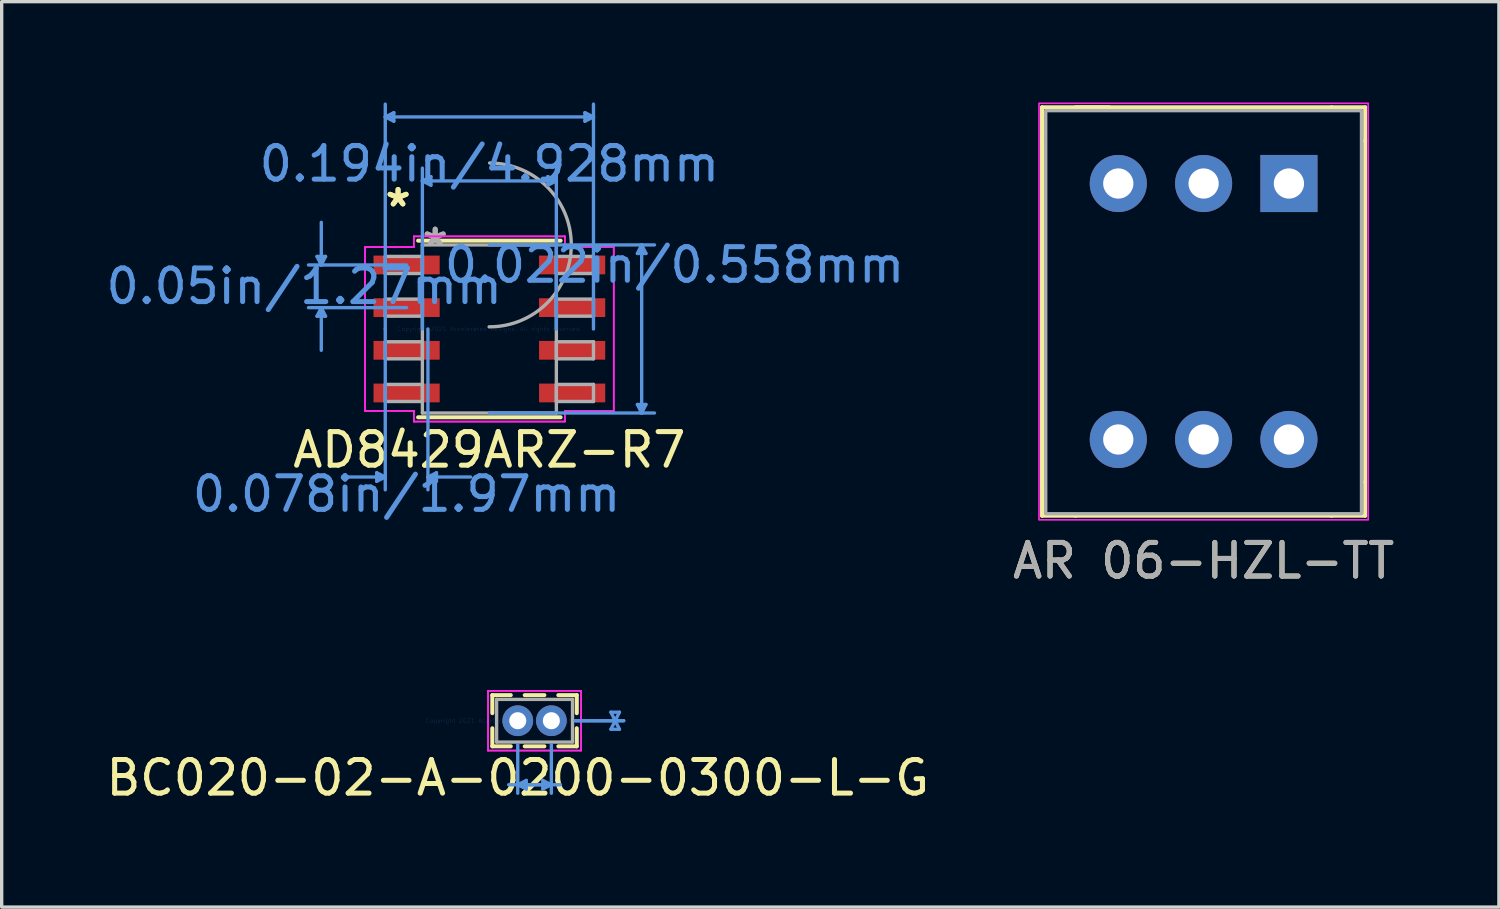
<source format=kicad_pcb>
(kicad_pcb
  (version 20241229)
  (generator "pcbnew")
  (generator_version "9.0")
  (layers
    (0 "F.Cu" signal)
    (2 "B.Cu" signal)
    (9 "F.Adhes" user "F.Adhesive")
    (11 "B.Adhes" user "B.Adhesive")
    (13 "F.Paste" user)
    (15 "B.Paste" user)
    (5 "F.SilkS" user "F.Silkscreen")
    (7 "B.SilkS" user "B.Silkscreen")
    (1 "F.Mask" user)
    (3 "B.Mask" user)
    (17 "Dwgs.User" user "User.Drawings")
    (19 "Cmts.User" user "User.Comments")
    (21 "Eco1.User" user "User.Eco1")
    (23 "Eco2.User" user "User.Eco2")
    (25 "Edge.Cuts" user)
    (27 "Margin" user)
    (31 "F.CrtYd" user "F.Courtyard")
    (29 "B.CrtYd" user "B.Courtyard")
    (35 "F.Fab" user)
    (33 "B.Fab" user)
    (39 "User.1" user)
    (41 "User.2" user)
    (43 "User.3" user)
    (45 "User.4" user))
  (footprint "AR 06-HZL-TT"
    (layer "F.Cu")
    (at 32.78 6.223)
    (property "Reference" "AR 06-HZL-TT" (at 0 7.42 0) (unlocked yes) (layer "F.SilkS") (effects (font (size 1 1) (thickness 0.15))))
    (attr through_hole)
    (fp_line (start -4.81 -6.08) (end -2.81 -6.08) (stroke (width 0.12) (type solid)) (layer "F.SilkS"))
    (fp_line (start -4.81 -5.08) (end -4.81 -6.08) (stroke (width 0.12) (type solid)) (layer "F.SilkS"))
    (fp_line (start -4.81 5.08) (end -4.81 -5.08) (stroke (width 0.12) (type solid)) (layer "F.SilkS"))
    (fp_line (start -4.81 6.08) (end -4.81 5.08) (stroke (width 0.12) (type solid)) (layer "F.SilkS"))
    (fp_line (start -3.81 -6.08) (end 3.81 -6.08) (stroke (width 0.12) (type solid)) (layer "F.SilkS"))
    (fp_line (start -3.81 6.08) (end -4.81 6.08) (stroke (width 0.12) (type solid)) (layer "F.SilkS"))
    (fp_line (start 3.81 -6.08) (end 4.81 -6.08) (stroke (width 0.12) (type solid)) (layer "F.SilkS"))
    (fp_line (start 3.81 6.08) (end -3.81 6.08) (stroke (width 0.12) (type solid)) (layer "F.SilkS"))
    (fp_line (start 4.81 -6.08) (end 4.81 -5.08) (stroke (width 0.12) (type solid)) (layer "F.SilkS"))
    (fp_line (start 4.81 -5.08) (end 4.81 5.08) (stroke (width 0.12) (type solid)) (layer "F.SilkS"))
    (fp_line (start 4.81 5.08) (end 4.81 6.08) (stroke (width 0.12) (type solid)) (layer "F.SilkS"))
    (fp_line (start 4.81 6.08) (end 3.81 6.08) (stroke (width 0.12) (type solid)) (layer "F.SilkS"))
    (fp_rect (start -4.9 -6.198) (end 4.9 6.202) (stroke (width 0.05) (type solid)) (fill no) (layer "F.CrtYd"))
    (fp_rect (start -4.7 -5.98) (end 4.7 6.02) (stroke (width 0.1) (type solid)) (fill no) (layer "F.Fab"))
    (fp_text user "${REFERENCE}" (at 0 7.42 0) (unlocked yes) (layer "F.Fab") (effects (font (size 1 1) (thickness 0.15))))
    (pad "1" thru_hole rect (at 2.54 -3.81) (size 1.7 1.7) (drill 0.9) (layers "*.Cu" "*.Mask"))
    (pad "2" thru_hole circle (at 0 -3.81) (size 1.7 1.7) (drill 0.9) (layers "*.Cu" "*.Mask"))
    (pad "3" thru_hole circle (at -2.54 -3.81) (size 1.7 1.7) (drill 0.9) (layers "*.Cu" "*.Mask"))
    (pad "4" thru_hole circle (at -2.54 3.81) (size 1.7 1.7) (drill 0.9) (layers "*.Cu" "*.Mask"))
    (pad "5" thru_hole circle (at 0 3.81) (size 1.7 1.7) (drill 0.9) (layers "*.Cu" "*.Mask"))
    (pad "6" thru_hole circle (at 2.54 3.81) (size 1.7 1.7) (drill 0.9) (layers "*.Cu" "*.Mask")))
  (footprint "AD8429ARZ-R7"
    (layer "F.Cu")
    (at 11.518 6.743)
    (property "Reference" "AD8429ARZ-R7" (at 0 3.6 0) (layer "F.SilkS") (effects (font (size 1 1) (thickness 0.15))))
    (attr through_hole)
    (fp_line (start -2.121 2.629) (end 2.121 2.629) (stroke (width 0.12) (type solid)) (layer "F.SilkS"))
    (fp_line (start 2.121 -2.629) (end -2.121 -2.629) (stroke (width 0.12) (type solid)) (layer "F.SilkS"))
    (fp_line (start -5.131 -2.159) (end -4.877 -2.159) (stroke (width 0.1) (type solid)) (layer "Cmts.User"))
    (fp_line (start -5.131 -0.381) (end -4.877 -0.381) (stroke (width 0.1) (type solid)) (layer "Cmts.User"))
    (fp_line (start -5.004 -1.905) (end -5.131 -2.159) (stroke (width 0.1) (type solid)) (layer "Cmts.User"))
    (fp_line (start -5.004 -1.905) (end -5.004 -3.175) (stroke (width 0.1) (type solid)) (layer "Cmts.User"))
    (fp_line (start -5.004 -1.905) (end -4.877 -2.159) (stroke (width 0.1) (type solid)) (layer "Cmts.User"))
    (fp_line (start -5.004 -0.635) (end -5.131 -0.381) (stroke (width 0.1) (type solid)) (layer "Cmts.User"))
    (fp_line (start -5.004 -0.635) (end -5.004 0.635) (stroke (width 0.1) (type solid)) (layer "Cmts.User"))
    (fp_line (start -5.004 -0.635) (end -4.877 -0.381) (stroke (width 0.1) (type solid)) (layer "Cmts.User"))
    (fp_line (start -3.353 4.28) (end -3.353 4.534) (stroke (width 0.1) (type solid)) (layer "Cmts.User"))
    (fp_line (start -3.099 -6.312) (end -2.845 -6.439) (stroke (width 0.1) (type solid)) (layer "Cmts.User"))
    (fp_line (start -3.099 -6.312) (end -2.845 -6.185) (stroke (width 0.1) (type solid)) (layer "Cmts.User"))
    (fp_line (start -3.099 -6.312) (end 3.099 -6.312) (stroke (width 0.1) (type solid)) (layer "Cmts.User"))
    (fp_line (start -3.099 0) (end -3.099 -6.693) (stroke (width 0.1) (type solid)) (layer "Cmts.User"))
    (fp_line (start -3.099 0) (end -3.099 4.788) (stroke (width 0.1) (type solid)) (layer "Cmts.User"))
    (fp_line (start -3.099 4.407) (end -4.369 4.407) (stroke (width 0.1) (type solid)) (layer "Cmts.User"))
    (fp_line (start -3.099 4.407) (end -3.353 4.28) (stroke (width 0.1) (type solid)) (layer "Cmts.User"))
    (fp_line (start -3.099 4.407) (end -3.353 4.534) (stroke (width 0.1) (type solid)) (layer "Cmts.User"))
    (fp_line (start -2.845 -6.439) (end -2.845 -6.185) (stroke (width 0.1) (type solid)) (layer "Cmts.User"))
    (fp_line (start -2.464 -1.905) (end -5.385 -1.905) (stroke (width 0.1) (type solid)) (layer "Cmts.User"))
    (fp_line (start -2.464 -0.635) (end -5.385 -0.635) (stroke (width 0.1) (type solid)) (layer "Cmts.User"))
    (fp_line (start -1.994 -4.407) (end -1.74 -4.534) (stroke (width 0.1) (type solid)) (layer "Cmts.User"))
    (fp_line (start -1.994 -4.407) (end -1.74 -4.28) (stroke (width 0.1) (type solid)) (layer "Cmts.User"))
    (fp_line (start -1.994 -4.407) (end 1.994 -4.407) (stroke (width 0.1) (type solid)) (layer "Cmts.User"))
    (fp_line (start -1.994 0) (end -1.994 -4.788) (stroke (width 0.1) (type solid)) (layer "Cmts.User"))
    (fp_line (start -1.829 0) (end -1.829 4.788) (stroke (width 0.1) (type solid)) (layer "Cmts.User"))
    (fp_line (start -1.829 4.407) (end -1.575 4.28) (stroke (width 0.1) (type solid)) (layer "Cmts.User"))
    (fp_line (start -1.829 4.407) (end -1.575 4.534) (stroke (width 0.1) (type solid)) (layer "Cmts.User"))
    (fp_line (start -1.829 4.407) (end -0.559 4.407) (stroke (width 0.1) (type solid)) (layer "Cmts.User"))
    (fp_line (start -1.74 -4.534) (end -1.74 -4.28) (stroke (width 0.1) (type solid)) (layer "Cmts.User"))
    (fp_line (start -1.575 4.28) (end -1.575 4.534) (stroke (width 0.1) (type solid)) (layer "Cmts.User"))
    (fp_line (start 0 -2.502) (end 4.915 -2.502) (stroke (width 0.1) (type solid)) (layer "Cmts.User"))
    (fp_line (start 0 2.502) (end 4.915 2.502) (stroke (width 0.1) (type solid)) (layer "Cmts.User"))
    (fp_line (start 1.74 -4.534) (end 1.74 -4.28) (stroke (width 0.1) (type solid)) (layer "Cmts.User"))
    (fp_line (start 1.994 -4.407) (end 1.74 -4.534) (stroke (width 0.1) (type solid)) (layer "Cmts.User"))
    (fp_line (start 1.994 -4.407) (end 1.74 -4.28) (stroke (width 0.1) (type solid)) (layer "Cmts.User"))
    (fp_line (start 1.994 0) (end 1.994 -4.788) (stroke (width 0.1) (type solid)) (layer "Cmts.User"))
    (fp_line (start 2.845 -6.439) (end 2.845 -6.185) (stroke (width 0.1) (type solid)) (layer "Cmts.User"))
    (fp_line (start 3.099 -6.312) (end 2.845 -6.439) (stroke (width 0.1) (type solid)) (layer "Cmts.User"))
    (fp_line (start 3.099 -6.312) (end 2.845 -6.185) (stroke (width 0.1) (type solid)) (layer "Cmts.User"))
    (fp_line (start 3.099 0) (end 3.099 -6.693) (stroke (width 0.1) (type solid)) (layer "Cmts.User"))
    (fp_line (start 4.407 -2.248) (end 4.661 -2.248) (stroke (width 0.1) (type solid)) (layer "Cmts.User"))
    (fp_line (start 4.407 2.248) (end 4.661 2.248) (stroke (width 0.1) (type solid)) (layer "Cmts.User"))
    (fp_line (start 4.534 -2.502) (end 4.407 -2.248) (stroke (width 0.1) (type solid)) (layer "Cmts.User"))
    (fp_line (start 4.534 -2.502) (end 4.534 2.502) (stroke (width 0.1) (type solid)) (layer "Cmts.User"))
    (fp_line (start 4.534 -2.502) (end 4.661 -2.248) (stroke (width 0.1) (type solid)) (layer "Cmts.User"))
    (fp_line (start 4.534 2.502) (end 4.407 2.248) (stroke (width 0.1) (type solid)) (layer "Cmts.User"))
    (fp_line (start 4.534 2.502) (end 4.661 2.248) (stroke (width 0.1) (type solid)) (layer "Cmts.User"))
    (fp_line (start -3.703 -2.438) (end -2.248 -2.438) (stroke (width 0.05) (type solid)) (layer "F.CrtYd"))
    (fp_line (start -3.703 -2.438) (end -2.248 -2.438) (stroke (width 0.05) (type solid)) (layer "F.CrtYd"))
    (fp_line (start -3.703 2.438) (end -3.703 -2.438) (stroke (width 0.05) (type solid)) (layer "F.CrtYd"))
    (fp_line (start -3.703 2.438) (end -3.703 -2.438) (stroke (width 0.05) (type solid)) (layer "F.CrtYd"))
    (fp_line (start -3.703 2.438) (end -2.248 2.438) (stroke (width 0.05) (type solid)) (layer "F.CrtYd"))
    (fp_line (start -2.248 -2.756) (end 2.248 -2.756) (stroke (width 0.05) (type solid)) (layer "F.CrtYd"))
    (fp_line (start -2.248 -2.756) (end 2.248 -2.756) (stroke (width 0.05) (type solid)) (layer "F.CrtYd"))
    (fp_line (start -2.248 -2.438) (end -2.248 -2.756) (stroke (width 0.05) (type solid)) (layer "F.CrtYd"))
    (fp_line (start -2.248 -2.438) (end -2.248 -2.756) (stroke (width 0.05) (type solid)) (layer "F.CrtYd"))
    (fp_line (start -2.248 2.438) (end -3.703 2.438) (stroke (width 0.05) (type solid)) (layer "F.CrtYd"))
    (fp_line (start -2.248 2.756) (end -2.248 2.438) (stroke (width 0.05) (type solid)) (layer "F.CrtYd"))
    (fp_line (start -2.248 2.756) (end -2.248 2.438) (stroke (width 0.05) (type solid)) (layer "F.CrtYd"))
    (fp_line (start 2.248 -2.756) (end 2.248 -2.438) (stroke (width 0.05) (type solid)) (layer "F.CrtYd"))
    (fp_line (start 2.248 -2.756) (end 2.248 -2.438) (stroke (width 0.05) (type solid)) (layer "F.CrtYd"))
    (fp_line (start 2.248 -2.438) (end 3.703 -2.438) (stroke (width 0.05) (type solid)) (layer "F.CrtYd"))
    (fp_line (start 2.248 2.438) (end 2.248 2.756) (stroke (width 0.05) (type solid)) (layer "F.CrtYd"))
    (fp_line (start 2.248 2.438) (end 2.248 2.756) (stroke (width 0.05) (type solid)) (layer "F.CrtYd"))
    (fp_line (start 2.248 2.756) (end -2.248 2.756) (stroke (width 0.05) (type solid)) (layer "F.CrtYd"))
    (fp_line (start 2.248 2.756) (end -2.248 2.756) (stroke (width 0.05) (type solid)) (layer "F.CrtYd"))
    (fp_line (start 3.703 -2.438) (end 2.248 -2.438) (stroke (width 0.05) (type solid)) (layer "F.CrtYd"))
    (fp_line (start 3.703 -2.438) (end 3.703 2.438) (stroke (width 0.05) (type solid)) (layer "F.CrtYd"))
    (fp_line (start 3.703 -2.438) (end 3.703 2.438) (stroke (width 0.05) (type solid)) (layer "F.CrtYd"))
    (fp_line (start 3.703 2.438) (end 2.248 2.438) (stroke (width 0.05) (type solid)) (layer "F.CrtYd"))
    (fp_line (start 3.703 2.438) (end 2.248 2.438) (stroke (width 0.05) (type solid)) (layer "F.CrtYd"))
    (fp_line (start -3.099 -2.159) (end -3.099 -1.651) (stroke (width 0.1) (type solid)) (layer "F.Fab"))
    (fp_line (start -3.099 -1.651) (end -1.994 -1.651) (stroke (width 0.1) (type solid)) (layer "F.Fab"))
    (fp_line (start -3.099 -0.889) (end -3.099 -0.381) (stroke (width 0.1) (type solid)) (layer "F.Fab"))
    (fp_line (start -3.099 -0.381) (end -1.994 -0.381) (stroke (width 0.1) (type solid)) (layer "F.Fab"))
    (fp_line (start -3.099 0.381) (end -3.099 0.889) (stroke (width 0.1) (type solid)) (layer "F.Fab"))
    (fp_line (start -3.099 0.889) (end -1.994 0.889) (stroke (width 0.1) (type solid)) (layer "F.Fab"))
    (fp_line (start -3.099 1.651) (end -3.099 2.159) (stroke (width 0.1) (type solid)) (layer "F.Fab"))
    (fp_line (start -3.099 2.159) (end -1.994 2.159) (stroke (width 0.1) (type solid)) (layer "F.Fab"))
    (fp_line (start -1.994 -2.502) (end -1.994 2.502) (stroke (width 0.1) (type solid)) (layer "F.Fab"))
    (fp_line (start -1.994 -2.159) (end -3.099 -2.159) (stroke (width 0.1) (type solid)) (layer "F.Fab"))
    (fp_line (start -1.994 -1.651) (end -1.994 -2.159) (stroke (width 0.1) (type solid)) (layer "F.Fab"))
    (fp_line (start -1.994 -0.889) (end -3.099 -0.889) (stroke (width 0.1) (type solid)) (layer "F.Fab"))
    (fp_line (start -1.994 -0.381) (end -1.994 -0.889) (stroke (width 0.1) (type solid)) (layer "F.Fab"))
    (fp_line (start -1.994 0.381) (end -3.099 0.381) (stroke (width 0.1) (type solid)) (layer "F.Fab"))
    (fp_line (start -1.994 0.889) (end -1.994 0.381) (stroke (width 0.1) (type solid)) (layer "F.Fab"))
    (fp_line (start -1.994 1.651) (end -3.099 1.651) (stroke (width 0.1) (type solid)) (layer "F.Fab"))
    (fp_line (start -1.994 2.159) (end -1.994 1.651) (stroke (width 0.1) (type solid)) (layer "F.Fab"))
    (fp_line (start -1.994 2.502) (end 1.994 2.502) (stroke (width 0.1) (type solid)) (layer "F.Fab"))
    (fp_line (start 1.994 -2.502) (end -1.994 -2.502) (stroke (width 0.1) (type solid)) (layer "F.Fab"))
    (fp_line (start 1.994 -2.159) (end 1.994 -1.651) (stroke (width 0.1) (type solid)) (layer "F.Fab"))
    (fp_line (start 1.994 -1.651) (end 3.099 -1.651) (stroke (width 0.1) (type solid)) (layer "F.Fab"))
    (fp_line (start 1.994 -0.889) (end 1.994 -0.381) (stroke (width 0.1) (type solid)) (layer "F.Fab"))
    (fp_line (start 1.994 -0.381) (end 3.099 -0.381) (stroke (width 0.1) (type solid)) (layer "F.Fab"))
    (fp_line (start 1.994 0.381) (end 1.994 0.889) (stroke (width 0.1) (type solid)) (layer "F.Fab"))
    (fp_line (start 1.994 0.889) (end 3.099 0.889) (stroke (width 0.1) (type solid)) (layer "F.Fab"))
    (fp_line (start 1.994 1.651) (end 1.994 2.159) (stroke (width 0.1) (type solid)) (layer "F.Fab"))
    (fp_line (start 1.994 2.159) (end 3.099 2.159) (stroke (width 0.1) (type solid)) (layer "F.Fab"))
    (fp_line (start 1.994 2.502) (end 1.994 -2.502) (stroke (width 0.1) (type solid)) (layer "F.Fab"))
    (fp_line (start 3.099 -2.159) (end 1.994 -2.159) (stroke (width 0.1) (type solid)) (layer "F.Fab"))
    (fp_line (start 3.099 -1.651) (end 3.099 -2.159) (stroke (width 0.1) (type solid)) (layer "F.Fab"))
    (fp_line (start 3.099 -0.889) (end 1.994 -0.889) (stroke (width 0.1) (type solid)) (layer "F.Fab"))
    (fp_line (start 3.099 -0.381) (end 3.099 -0.889) (stroke (width 0.1) (type solid)) (layer "F.Fab"))
    (fp_line (start 3.099 0.381) (end 1.994 0.381) (stroke (width 0.1) (type solid)) (layer "F.Fab"))
    (fp_line (start 3.099 0.889) (end 3.099 0.381) (stroke (width 0.1) (type solid)) (layer "F.Fab"))
    (fp_line (start 3.099 1.651) (end 1.994 1.651) (stroke (width 0.1) (type solid)) (layer "F.Fab"))
    (fp_line (start 3.099 2.159) (end 3.099 1.651) (stroke (width 0.1) (type solid)) (layer "F.Fab"))
    (fp_arc (start 0.007742 -4.940252) (mid 2.438352 -2.494158) (end -0.007742 -0.063548) (stroke (width 0.1) (type solid)) (layer "F.Fab"))
    (fp_text user "*" (at -2.718 -3.606 0) (layer "F.SilkS") (effects (font (size 1 1) (thickness 0.15))))
    (fp_text user "*" (at -2.718 -3.606 0) (layer "F.SilkS") (effects (font (size 1 1) (thickness 0.15))))
    (fp_text user "Copyright 2021 Accelerated Designs. All rights reserved." (at 0 0 0) (layer "Cmts.User") (effects (font (size 0.127 0.127) (thickness 0.002))))
    (fp_text user "0.022in/0.558mm" (at 5.512 -1.905 0) (layer "Cmts.User") (effects (font (size 1 1) (thickness 0.15))))
    (fp_text user "0.194in/4.928mm" (at 0 -4.915 0) (layer "Cmts.User") (effects (font (size 1 1) (thickness 0.15))))
    (fp_text user "0.078in/1.97mm" (at -2.464 4.915 0) (layer "Cmts.User") (effects (font (size 1 1) (thickness 0.15))))
    (fp_text user "0.05in/1.27mm" (at -5.512 -1.27 0) (layer "Cmts.User") (effects (font (size 1 1) (thickness 0.15))))
    (fp_text user "*" (at -1.613 -2.426 0) (layer "F.Fab") (effects (font (size 1 1) (thickness 0.15))))
    (fp_text user "*" (at -1.613 -2.426 0) (layer "F.Fab") (effects (font (size 1 1) (thickness 0.15))))
    (pad "1" smd rect (at -2.464 -1.905) (size 1.97 0.558) (layers "F.Cu" "F.Mask" "F.Paste"))
    (pad "2" smd rect (at -2.464 -0.635) (size 1.97 0.558) (layers "F.Cu" "F.Mask" "F.Paste"))
    (pad "3" smd rect (at -2.464 0.635) (size 1.97 0.558) (layers "F.Cu" "F.Mask" "F.Paste"))
    (pad "4" smd rect (at -2.464 1.905) (size 1.97 0.558) (layers "F.Cu" "F.Mask" "F.Paste"))
    (pad "5" smd rect (at 2.464 1.905) (size 1.97 0.558) (layers "F.Cu" "F.Mask" "F.Paste"))
    (pad "6" smd rect (at 2.464 0.635) (size 1.97 0.558) (layers "F.Cu" "F.Mask" "F.Paste"))
    (pad "7" smd rect (at 2.464 -0.635) (size 1.97 0.558) (layers "F.Cu" "F.Mask" "F.Paste"))
    (pad "8" smd rect (at 2.464 -1.905) (size 1.97 0.558) (layers "F.Cu" "F.Mask" "F.Paste")))
  (footprint "BC020-02-A-0200-0300-L-G"
    (layer "F.Cu")
    (at 12.363 18.405)
    (property "Reference" "BC020-02-A-0200-0300-L-G" (at 0 1.7 0) (layer "F.SilkS") (effects (font (size 1 1) (thickness 0.15))))
    (attr through_hole)
    (fp_line (start -0.757 -0.762) (end -0.757 -0.225) (stroke (width 0.12) (type solid)) (layer "F.SilkS"))
    (fp_line (start -0.757 0.225) (end -0.757 0.762) (stroke (width 0.12) (type solid)) (layer "F.SilkS"))
    (fp_line (start -0.757 0.762) (end -0.208 0.762) (stroke (width 0.12) (type solid)) (layer "F.SilkS"))
    (fp_line (start -0.208 -0.762) (end -0.757 -0.762) (stroke (width 0.12) (type solid)) (layer "F.SilkS"))
    (fp_line (start 0.208 0.762) (end 0.792 0.762) (stroke (width 0.12) (type solid)) (layer "F.SilkS"))
    (fp_line (start 0.792 -0.762) (end 0.208 -0.762) (stroke (width 0.12) (type solid)) (layer "F.SilkS"))
    (fp_line (start 1.208 0.762) (end 1.757 0.762) (stroke (width 0.12) (type solid)) (layer "F.SilkS"))
    (fp_line (start 1.757 -0.762) (end 1.208 -0.762) (stroke (width 0.12) (type solid)) (layer "F.SilkS"))
    (fp_line (start 1.757 -0.225) (end 1.757 -0.762) (stroke (width 0.12) (type solid)) (layer "F.SilkS"))
    (fp_line (start 1.757 0.762) (end 1.757 0.225) (stroke (width 0.12) (type solid)) (layer "F.SilkS"))
    (fp_line (start 0 0.711) (end 0 2.159) (stroke (width 0.1) (type solid)) (layer "Cmts.User"))
    (fp_line (start 0 1.905) (end 0.254 2.032) (stroke (width 0.1) (type solid)) (layer "Cmts.User"))
    (fp_line (start 0 1.905) (end 1.27 1.905) (stroke (width 0.1) (type solid)) (layer "Cmts.User"))
    (fp_line (start 0.254 1.778) (end 0 1.905) (stroke (width 0.1) (type solid)) (layer "Cmts.User"))
    (fp_line (start 0.254 2.032) (end 0.254 1.778) (stroke (width 0.1) (type solid)) (layer "Cmts.User"))
    (fp_line (start 0.746 1.778) (end 1 1.905) (stroke (width 0.1) (type solid)) (layer "Cmts.User"))
    (fp_line (start 0.746 2.032) (end 0.746 1.778) (stroke (width 0.1) (type solid)) (layer "Cmts.User"))
    (fp_line (start 1 0.711) (end 1 2.159) (stroke (width 0.1) (type solid)) (layer "Cmts.User"))
    (fp_line (start 1 1.905) (end -0.27 1.905) (stroke (width 0.1) (type solid)) (layer "Cmts.User"))
    (fp_line (start 1 1.905) (end 0.746 2.032) (stroke (width 0.1) (type solid)) (layer "Cmts.User"))
    (fp_line (start 1.711 0) (end 3.154 0) (stroke (width 0.1) (type solid)) (layer "Cmts.User"))
    (fp_line (start 1.711 0) (end 3.154 0) (stroke (width 0.1) (type solid)) (layer "Cmts.User"))
    (fp_line (start 2.773 -0.254) (end 3.027 -0.254) (stroke (width 0.1) (type solid)) (layer "Cmts.User"))
    (fp_line (start 2.773 0.254) (end 3.027 0.254) (stroke (width 0.1) (type solid)) (layer "Cmts.User"))
    (fp_line (start 2.9 0) (end 2.773 -0.254) (stroke (width 0.1) (type solid)) (layer "Cmts.User"))
    (fp_line (start 2.9 0) (end 2.773 0.254) (stroke (width 0.1) (type solid)) (layer "Cmts.User"))
    (fp_line (start 2.9 0) (end 2.9 0) (stroke (width 0.1) (type solid)) (layer "Cmts.User"))
    (fp_line (start 3.027 -0.254) (end 2.9 0) (stroke (width 0.1) (type solid)) (layer "Cmts.User"))
    (fp_line (start 3.027 0.254) (end 2.9 0) (stroke (width 0.1) (type solid)) (layer "Cmts.User"))
    (fp_line (start -0.884 -0.889) (end -0.884 0.889) (stroke (width 0.05) (type solid)) (layer "F.CrtYd"))
    (fp_line (start -0.884 -0.889) (end -0.884 0.889) (stroke (width 0.05) (type solid)) (layer "F.CrtYd"))
    (fp_line (start -0.884 0.889) (end 1.884 0.889) (stroke (width 0.05) (type solid)) (layer "F.CrtYd"))
    (fp_line (start -0.884 0.889) (end 1.884 0.889) (stroke (width 0.05) (type solid)) (layer "F.CrtYd"))
    (fp_line (start 1.884 -0.889) (end -0.884 -0.889) (stroke (width 0.05) (type solid)) (layer "F.CrtYd"))
    (fp_line (start 1.884 -0.889) (end -0.884 -0.889) (stroke (width 0.05) (type solid)) (layer "F.CrtYd"))
    (fp_line (start 1.884 0.889) (end 1.884 -0.889) (stroke (width 0.05) (type solid)) (layer "F.CrtYd"))
    (fp_line (start 1.884 0.889) (end 1.884 -0.889) (stroke (width 0.05) (type solid)) (layer "F.CrtYd"))
    (fp_line (start -0.63 -0.635) (end -0.63 0.635) (stroke (width 0.1) (type solid)) (layer "F.Fab"))
    (fp_line (start -0.63 0.635) (end 1.63 0.635) (stroke (width 0.1) (type solid)) (layer "F.Fab"))
    (fp_line (start 1.63 -0.635) (end -0.63 -0.635) (stroke (width 0.1) (type solid)) (layer "F.Fab"))
    (fp_line (start 1.63 0.635) (end 1.63 -0.635) (stroke (width 0.1) (type solid)) (layer "F.Fab"))
    (fp_text user "Copyright 2021 Accelerated Designs. All rights reserved." (at 0 0 0) (layer "Cmts.User") (effects (font (size 0.127 0.127) (thickness 0.002))))
    (pad "1" thru_hole circle (at 0.000001 0) (size 0.914 0.914) (drill 0.508) (layers "*.Cu" "*.Mask"))
    (pad "2" thru_hole circle (at 1 0) (size 0.914 0.914) (drill 0.508) (layers "*.Cu" "*.Mask")))
  (gr_rect
    (start -3 -3)
    (end 41.571 23.953)
    (stroke (width 0.1) (type default))
    (fill no)
    (layer "Edge.Cuts")))
</source>
